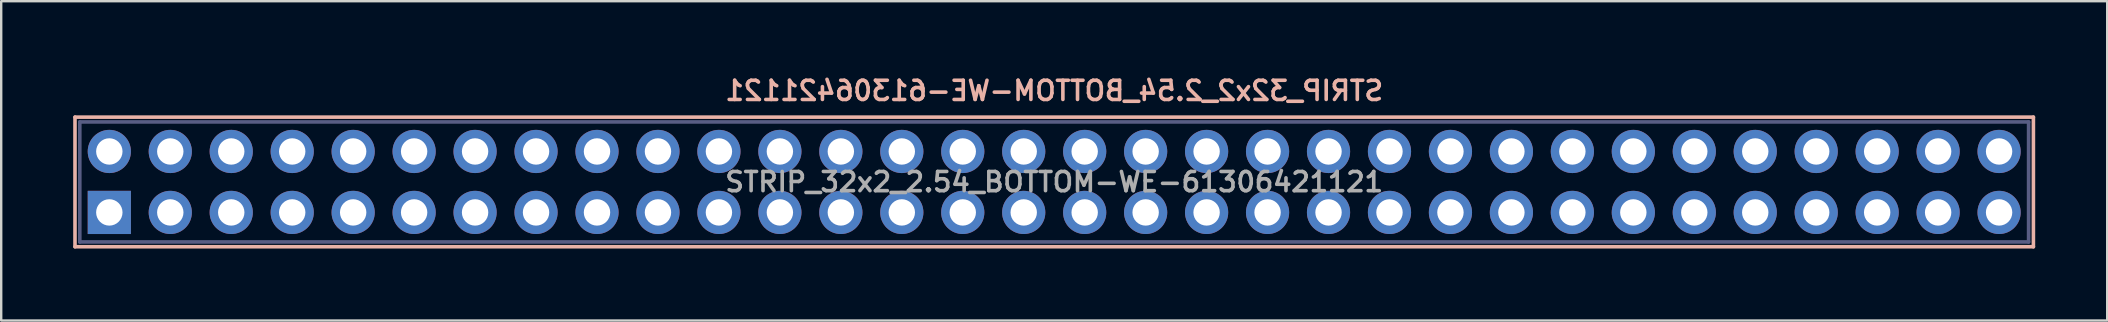
<source format=kicad_pcb>
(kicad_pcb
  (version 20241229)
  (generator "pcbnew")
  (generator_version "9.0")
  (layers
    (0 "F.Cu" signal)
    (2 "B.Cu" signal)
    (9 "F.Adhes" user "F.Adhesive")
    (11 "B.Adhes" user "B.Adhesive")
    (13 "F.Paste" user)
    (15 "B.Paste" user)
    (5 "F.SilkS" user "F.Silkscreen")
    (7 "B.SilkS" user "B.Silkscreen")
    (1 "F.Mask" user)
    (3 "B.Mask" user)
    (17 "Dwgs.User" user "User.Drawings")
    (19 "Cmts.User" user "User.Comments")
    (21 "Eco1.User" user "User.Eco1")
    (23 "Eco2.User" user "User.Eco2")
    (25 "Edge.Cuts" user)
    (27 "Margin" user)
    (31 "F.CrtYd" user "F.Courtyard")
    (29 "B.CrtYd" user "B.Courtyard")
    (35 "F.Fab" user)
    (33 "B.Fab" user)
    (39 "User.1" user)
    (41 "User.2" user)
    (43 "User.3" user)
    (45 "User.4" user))
  (footprint "STRIP_32x2_2.54_BOTTOM-WE-61306421121"
    (layer "F.Cu")
    (at 40.875 4.531)
    (property "Reference" "STRIP_32x2_2.54_BOTTOM-WE-61306421121" (at 0 -3.8 0) (layer "B.SilkS") (effects (font (size 0.8 0.8) (thickness 0.15)) (justify mirror)))
    (attr through_hole)
    (fp_line (start -40.8 -2.7) (end 40.8 -2.7) (stroke (width 0.15) (type solid)) (layer "B.SilkS"))
    (fp_line (start -40.8 2.7) (end -40.8 -2.7) (stroke (width 0.15) (type solid)) (layer "B.SilkS"))
    (fp_line (start 40.8 -2.7) (end 40.8 2.7) (stroke (width 0.15) (type solid)) (layer "B.SilkS"))
    (fp_line (start 40.8 2.7) (end -40.8 2.7) (stroke (width 0.15) (type solid)) (layer "B.SilkS"))
    (fp_line (start -40.6 -2.5) (end -40.6 2.5) (stroke (width 0.15) (type solid)) (layer "B.Fab"))
    (fp_line (start -40.6 2.5) (end 40.6 2.5) (stroke (width 0.15) (type solid)) (layer "B.Fab"))
    (fp_line (start 40.6 -2.5) (end -40.6 -2.5) (stroke (width 0.15) (type solid)) (layer "B.Fab"))
    (fp_line (start 40.6 2.5) (end 40.6 -2.5) (stroke (width 0.15) (type solid)) (layer "B.Fab"))
    (fp_line (start -39.67 -1.57) (end -39.07 -1.57) (stroke (width 0.15) (type solid)) (layer "F.Fab"))
    (fp_line (start -39.67 -0.97) (end -39.67 -1.57) (stroke (width 0.15) (type solid)) (layer "F.Fab"))
    (fp_line (start -39.67 0.97) (end -39.07 0.97) (stroke (width 0.15) (type solid)) (layer "F.Fab"))
    (fp_line (start -39.67 0.97) (end -39.07 0.97) (stroke (width 0.15) (type solid)) (layer "F.Fab"))
    (fp_line (start -39.67 1.57) (end -39.67 0.97) (stroke (width 0.15) (type solid)) (layer "F.Fab"))
    (fp_line (start -39.67 1.57) (end -39.67 0.97) (stroke (width 0.15) (type solid)) (layer "F.Fab"))
    (fp_line (start -39.07 -1.57) (end -39.07 -0.97) (stroke (width 0.15) (type solid)) (layer "F.Fab"))
    (fp_line (start -39.07 -0.97) (end -39.67 -0.97) (stroke (width 0.15) (type solid)) (layer "F.Fab"))
    (fp_line (start -39.07 0.97) (end -39.07 1.57) (stroke (width 0.15) (type solid)) (layer "F.Fab"))
    (fp_line (start -39.07 0.97) (end -39.07 1.57) (stroke (width 0.15) (type solid)) (layer "F.Fab"))
    (fp_line (start -39.07 1.57) (end -39.67 1.57) (stroke (width 0.15) (type solid)) (layer "F.Fab"))
    (fp_line (start -39.07 1.57) (end -39.67 1.57) (stroke (width 0.15) (type solid)) (layer "F.Fab"))
    (fp_line (start -37.13 -1.57) (end -36.53 -1.57) (stroke (width 0.15) (type solid)) (layer "F.Fab"))
    (fp_line (start -37.13 -0.97) (end -37.13 -1.57) (stroke (width 0.15) (type solid)) (layer "F.Fab"))
    (fp_line (start -37.13 0.97) (end -36.53 0.97) (stroke (width 0.15) (type solid)) (layer "F.Fab"))
    (fp_line (start -37.13 0.97) (end -36.53 0.97) (stroke (width 0.15) (type solid)) (layer "F.Fab"))
    (fp_line (start -37.13 1.57) (end -37.13 0.97) (stroke (width 0.15) (type solid)) (layer "F.Fab"))
    (fp_line (start -37.13 1.57) (end -37.13 0.97) (stroke (width 0.15) (type solid)) (layer "F.Fab"))
    (fp_line (start -36.53 -1.57) (end -36.53 -0.97) (stroke (width 0.15) (type solid)) (layer "F.Fab"))
    (fp_line (start -36.53 -0.97) (end -37.13 -0.97) (stroke (width 0.15) (type solid)) (layer "F.Fab"))
    (fp_line (start -36.53 0.97) (end -36.53 1.57) (stroke (width 0.15) (type solid)) (layer "F.Fab"))
    (fp_line (start -36.53 0.97) (end -36.53 1.57) (stroke (width 0.15) (type solid)) (layer "F.Fab"))
    (fp_line (start -36.53 1.57) (end -37.13 1.57) (stroke (width 0.15) (type solid)) (layer "F.Fab"))
    (fp_line (start -36.53 1.57) (end -37.13 1.57) (stroke (width 0.15) (type solid)) (layer "F.Fab"))
    (fp_line (start -34.59 -1.57) (end -33.99 -1.57) (stroke (width 0.15) (type solid)) (layer "F.Fab"))
    (fp_line (start -34.59 -0.97) (end -34.59 -1.57) (stroke (width 0.15) (type solid)) (layer "F.Fab"))
    (fp_line (start -34.59 0.97) (end -33.99 0.97) (stroke (width 0.15) (type solid)) (layer "F.Fab"))
    (fp_line (start -34.59 0.97) (end -33.99 0.97) (stroke (width 0.15) (type solid)) (layer "F.Fab"))
    (fp_line (start -34.59 1.57) (end -34.59 0.97) (stroke (width 0.15) (type solid)) (layer "F.Fab"))
    (fp_line (start -34.59 1.57) (end -34.59 0.97) (stroke (width 0.15) (type solid)) (layer "F.Fab"))
    (fp_line (start -33.99 -1.57) (end -33.99 -0.97) (stroke (width 0.15) (type solid)) (layer "F.Fab"))
    (fp_line (start -33.99 -0.97) (end -34.59 -0.97) (stroke (width 0.15) (type solid)) (layer "F.Fab"))
    (fp_line (start -33.99 0.97) (end -33.99 1.57) (stroke (width 0.15) (type solid)) (layer "F.Fab"))
    (fp_line (start -33.99 0.97) (end -33.99 1.57) (stroke (width 0.15) (type solid)) (layer "F.Fab"))
    (fp_line (start -33.99 1.57) (end -34.59 1.57) (stroke (width 0.15) (type solid)) (layer "F.Fab"))
    (fp_line (start -33.99 1.57) (end -34.59 1.57) (stroke (width 0.15) (type solid)) (layer "F.Fab"))
    (fp_line (start -32.05 -1.57) (end -31.45 -1.57) (stroke (width 0.15) (type solid)) (layer "F.Fab"))
    (fp_line (start -32.05 -1.57) (end -31.45 -1.57) (stroke (width 0.15) (type solid)) (layer "F.Fab"))
    (fp_line (start -32.05 -0.97) (end -32.05 -1.57) (stroke (width 0.15) (type solid)) (layer "F.Fab"))
    (fp_line (start -32.05 -0.97) (end -32.05 -1.57) (stroke (width 0.15) (type solid)) (layer "F.Fab"))
    (fp_line (start -32.05 0.97) (end -31.45 0.97) (stroke (width 0.15) (type solid)) (layer "F.Fab"))
    (fp_line (start -32.05 0.97) (end -31.45 0.97) (stroke (width 0.15) (type solid)) (layer "F.Fab"))
    (fp_line (start -32.05 1.57) (end -32.05 0.97) (stroke (width 0.15) (type solid)) (layer "F.Fab"))
    (fp_line (start -32.05 1.57) (end -32.05 0.97) (stroke (width 0.15) (type solid)) (layer "F.Fab"))
    (fp_line (start -31.45 -1.57) (end -31.45 -0.97) (stroke (width 0.15) (type solid)) (layer "F.Fab"))
    (fp_line (start -31.45 -1.57) (end -31.45 -0.97) (stroke (width 0.15) (type solid)) (layer "F.Fab"))
    (fp_line (start -31.45 -0.97) (end -32.05 -0.97) (stroke (width 0.15) (type solid)) (layer "F.Fab"))
    (fp_line (start -31.45 -0.97) (end -32.05 -0.97) (stroke (width 0.15) (type solid)) (layer "F.Fab"))
    (fp_line (start -31.45 0.97) (end -31.45 1.57) (stroke (width 0.15) (type solid)) (layer "F.Fab"))
    (fp_line (start -31.45 0.97) (end -31.45 1.57) (stroke (width 0.15) (type solid)) (layer "F.Fab"))
    (fp_line (start -31.45 1.57) (end -32.05 1.57) (stroke (width 0.15) (type solid)) (layer "F.Fab"))
    (fp_line (start -31.45 1.57) (end -32.05 1.57) (stroke (width 0.15) (type solid)) (layer "F.Fab"))
    (fp_line (start -29.51 -1.57) (end -28.91 -1.57) (stroke (width 0.15) (type solid)) (layer "F.Fab"))
    (fp_line (start -29.51 -1.57) (end -28.91 -1.57) (stroke (width 0.15) (type solid)) (layer "F.Fab"))
    (fp_line (start -29.51 -0.97) (end -29.51 -1.57) (stroke (width 0.15) (type solid)) (layer "F.Fab"))
    (fp_line (start -29.51 -0.97) (end -29.51 -1.57) (stroke (width 0.15) (type solid)) (layer "F.Fab"))
    (fp_line (start -29.51 0.97) (end -28.91 0.97) (stroke (width 0.15) (type solid)) (layer "F.Fab"))
    (fp_line (start -29.51 0.97) (end -28.91 0.97) (stroke (width 0.15) (type solid)) (layer "F.Fab"))
    (fp_line (start -29.51 1.57) (end -29.51 0.97) (stroke (width 0.15) (type solid)) (layer "F.Fab"))
    (fp_line (start -29.51 1.57) (end -29.51 0.97) (stroke (width 0.15) (type solid)) (layer "F.Fab"))
    (fp_line (start -28.91 -1.57) (end -28.91 -0.97) (stroke (width 0.15) (type solid)) (layer "F.Fab"))
    (fp_line (start -28.91 -1.57) (end -28.91 -0.97) (stroke (width 0.15) (type solid)) (layer "F.Fab"))
    (fp_line (start -28.91 -0.97) (end -29.51 -0.97) (stroke (width 0.15) (type solid)) (layer "F.Fab"))
    (fp_line (start -28.91 -0.97) (end -29.51 -0.97) (stroke (width 0.15) (type solid)) (layer "F.Fab"))
    (fp_line (start -28.91 0.97) (end -28.91 1.57) (stroke (width 0.15) (type solid)) (layer "F.Fab"))
    (fp_line (start -28.91 0.97) (end -28.91 1.57) (stroke (width 0.15) (type solid)) (layer "F.Fab"))
    (fp_line (start -28.91 1.57) (end -29.51 1.57) (stroke (width 0.15) (type solid)) (layer "F.Fab"))
    (fp_line (start -28.91 1.57) (end -29.51 1.57) (stroke (width 0.15) (type solid)) (layer "F.Fab"))
    (fp_line (start -26.97 -1.57) (end -26.37 -1.57) (stroke (width 0.15) (type solid)) (layer "F.Fab"))
    (fp_line (start -26.97 -1.57) (end -26.37 -1.57) (stroke (width 0.15) (type solid)) (layer "F.Fab"))
    (fp_line (start -26.97 -0.97) (end -26.97 -1.57) (stroke (width 0.15) (type solid)) (layer "F.Fab"))
    (fp_line (start -26.97 -0.97) (end -26.97 -1.57) (stroke (width 0.15) (type solid)) (layer "F.Fab"))
    (fp_line (start -26.97 0.97) (end -26.37 0.97) (stroke (width 0.15) (type solid)) (layer "F.Fab"))
    (fp_line (start -26.97 0.97) (end -26.37 0.97) (stroke (width 0.15) (type solid)) (layer "F.Fab"))
    (fp_line (start -26.97 1.57) (end -26.97 0.97) (stroke (width 0.15) (type solid)) (layer "F.Fab"))
    (fp_line (start -26.97 1.57) (end -26.97 0.97) (stroke (width 0.15) (type solid)) (layer "F.Fab"))
    (fp_line (start -26.37 -1.57) (end -26.37 -0.97) (stroke (width 0.15) (type solid)) (layer "F.Fab"))
    (fp_line (start -26.37 -1.57) (end -26.37 -0.97) (stroke (width 0.15) (type solid)) (layer "F.Fab"))
    (fp_line (start -26.37 -0.97) (end -26.97 -0.97) (stroke (width 0.15) (type solid)) (layer "F.Fab"))
    (fp_line (start -26.37 -0.97) (end -26.97 -0.97) (stroke (width 0.15) (type solid)) (layer "F.Fab"))
    (fp_line (start -26.37 0.97) (end -26.37 1.57) (stroke (width 0.15) (type solid)) (layer "F.Fab"))
    (fp_line (start -26.37 0.97) (end -26.37 1.57) (stroke (width 0.15) (type solid)) (layer "F.Fab"))
    (fp_line (start -26.37 1.57) (end -26.97 1.57) (stroke (width 0.15) (type solid)) (layer "F.Fab"))
    (fp_line (start -26.37 1.57) (end -26.97 1.57) (stroke (width 0.15) (type solid)) (layer "F.Fab"))
    (fp_line (start -24.43 -1.57) (end -23.83 -1.57) (stroke (width 0.15) (type solid)) (layer "F.Fab"))
    (fp_line (start -24.43 -0.97) (end -24.43 -1.57) (stroke (width 0.15) (type solid)) (layer "F.Fab"))
    (fp_line (start -24.43 0.97) (end -23.83 0.97) (stroke (width 0.15) (type solid)) (layer "F.Fab"))
    (fp_line (start -24.43 1.57) (end -24.43 0.97) (stroke (width 0.15) (type solid)) (layer "F.Fab"))
    (fp_line (start -23.83 -1.57) (end -23.83 -0.97) (stroke (width 0.15) (type solid)) (layer "F.Fab"))
    (fp_line (start -23.83 -0.97) (end -24.43 -0.97) (stroke (width 0.15) (type solid)) (layer "F.Fab"))
    (fp_line (start -23.83 0.97) (end -23.83 1.57) (stroke (width 0.15) (type solid)) (layer "F.Fab"))
    (fp_line (start -23.83 1.57) (end -24.43 1.57) (stroke (width 0.15) (type solid)) (layer "F.Fab"))
    (fp_line (start -21.89 -1.57) (end -21.29 -1.57) (stroke (width 0.15) (type solid)) (layer "F.Fab"))
    (fp_line (start -21.89 -0.97) (end -21.89 -1.57) (stroke (width 0.15) (type solid)) (layer "F.Fab"))
    (fp_line (start -21.89 0.97) (end -21.29 0.97) (stroke (width 0.15) (type solid)) (layer "F.Fab"))
    (fp_line (start -21.89 1.57) (end -21.89 0.97) (stroke (width 0.15) (type solid)) (layer "F.Fab"))
    (fp_line (start -21.29 -1.57) (end -21.29 -0.97) (stroke (width 0.15) (type solid)) (layer "F.Fab"))
    (fp_line (start -21.29 -0.97) (end -21.89 -0.97) (stroke (width 0.15) (type solid)) (layer "F.Fab"))
    (fp_line (start -21.29 0.97) (end -21.29 1.57) (stroke (width 0.15) (type solid)) (layer "F.Fab"))
    (fp_line (start -21.29 1.57) (end -21.89 1.57) (stroke (width 0.15) (type solid)) (layer "F.Fab"))
    (fp_line (start -19.35 -1.57) (end -18.75 -1.57) (stroke (width 0.15) (type solid)) (layer "F.Fab"))
    (fp_line (start -19.35 -0.97) (end -19.35 -1.57) (stroke (width 0.15) (type solid)) (layer "F.Fab"))
    (fp_line (start -19.35 0.97) (end -18.75 0.97) (stroke (width 0.15) (type solid)) (layer "F.Fab"))
    (fp_line (start -19.35 1.57) (end -19.35 0.97) (stroke (width 0.15) (type solid)) (layer "F.Fab"))
    (fp_line (start -18.75 -1.57) (end -18.75 -0.97) (stroke (width 0.15) (type solid)) (layer "F.Fab"))
    (fp_line (start -18.75 -0.97) (end -19.35 -0.97) (stroke (width 0.15) (type solid)) (layer "F.Fab"))
    (fp_line (start -18.75 0.97) (end -18.75 1.57) (stroke (width 0.15) (type solid)) (layer "F.Fab"))
    (fp_line (start -18.75 1.57) (end -19.35 1.57) (stroke (width 0.15) (type solid)) (layer "F.Fab"))
    (fp_line (start -16.81 -1.57) (end -16.21 -1.57) (stroke (width 0.15) (type solid)) (layer "F.Fab"))
    (fp_line (start -16.81 -0.97) (end -16.81 -1.57) (stroke (width 0.15) (type solid)) (layer "F.Fab"))
    (fp_line (start -16.81 0.97) (end -16.21 0.97) (stroke (width 0.15) (type solid)) (layer "F.Fab"))
    (fp_line (start -16.81 1.57) (end -16.81 0.97) (stroke (width 0.15) (type solid)) (layer "F.Fab"))
    (fp_line (start -16.21 -1.57) (end -16.21 -0.97) (stroke (width 0.15) (type solid)) (layer "F.Fab"))
    (fp_line (start -16.21 -0.97) (end -16.81 -0.97) (stroke (width 0.15) (type solid)) (layer "F.Fab"))
    (fp_line (start -16.21 0.97) (end -16.21 1.57) (stroke (width 0.15) (type solid)) (layer "F.Fab"))
    (fp_line (start -16.21 1.57) (end -16.81 1.57) (stroke (width 0.15) (type solid)) (layer "F.Fab"))
    (fp_line (start -14.27 -1.57) (end -13.67 -1.57) (stroke (width 0.15) (type solid)) (layer "F.Fab"))
    (fp_line (start -14.27 -0.97) (end -14.27 -1.57) (stroke (width 0.15) (type solid)) (layer "F.Fab"))
    (fp_line (start -14.27 0.97) (end -13.67 0.97) (stroke (width 0.15) (type solid)) (layer "F.Fab"))
    (fp_line (start -14.27 1.57) (end -14.27 0.97) (stroke (width 0.15) (type solid)) (layer "F.Fab"))
    (fp_line (start -13.67 -1.57) (end -13.67 -0.97) (stroke (width 0.15) (type solid)) (layer "F.Fab"))
    (fp_line (start -13.67 -0.97) (end -14.27 -0.97) (stroke (width 0.15) (type solid)) (layer "F.Fab"))
    (fp_line (start -13.67 0.97) (end -13.67 1.57) (stroke (width 0.15) (type solid)) (layer "F.Fab"))
    (fp_line (start -13.67 1.57) (end -14.27 1.57) (stroke (width 0.15) (type solid)) (layer "F.Fab"))
    (fp_line (start -11.73 -1.57) (end -11.13 -1.57) (stroke (width 0.15) (type solid)) (layer "F.Fab"))
    (fp_line (start -11.73 -0.97) (end -11.73 -1.57) (stroke (width 0.15) (type solid)) (layer "F.Fab"))
    (fp_line (start -11.73 0.97) (end -11.13 0.97) (stroke (width 0.15) (type solid)) (layer "F.Fab"))
    (fp_line (start -11.73 1.57) (end -11.73 0.97) (stroke (width 0.15) (type solid)) (layer "F.Fab"))
    (fp_line (start -11.13 -1.57) (end -11.13 -0.97) (stroke (width 0.15) (type solid)) (layer "F.Fab"))
    (fp_line (start -11.13 -0.97) (end -11.73 -0.97) (stroke (width 0.15) (type solid)) (layer "F.Fab"))
    (fp_line (start -11.13 0.97) (end -11.13 1.57) (stroke (width 0.15) (type solid)) (layer "F.Fab"))
    (fp_line (start -11.13 1.57) (end -11.73 1.57) (stroke (width 0.15) (type solid)) (layer "F.Fab"))
    (fp_line (start -9.19 -1.57) (end -8.59 -1.57) (stroke (width 0.15) (type solid)) (layer "F.Fab"))
    (fp_line (start -9.19 -0.97) (end -9.19 -1.57) (stroke (width 0.15) (type solid)) (layer "F.Fab"))
    (fp_line (start -9.19 0.97) (end -8.59 0.97) (stroke (width 0.15) (type solid)) (layer "F.Fab"))
    (fp_line (start -9.19 1.57) (end -9.19 0.97) (stroke (width 0.15) (type solid)) (layer "F.Fab"))
    (fp_line (start -8.59 -1.57) (end -8.59 -0.97) (stroke (width 0.15) (type solid)) (layer "F.Fab"))
    (fp_line (start -8.59 -0.97) (end -9.19 -0.97) (stroke (width 0.15) (type solid)) (layer "F.Fab"))
    (fp_line (start -8.59 0.97) (end -8.59 1.57) (stroke (width 0.15) (type solid)) (layer "F.Fab"))
    (fp_line (start -8.59 1.57) (end -9.19 1.57) (stroke (width 0.15) (type solid)) (layer "F.Fab"))
    (fp_line (start -6.65 -1.57) (end -6.05 -1.57) (stroke (width 0.15) (type solid)) (layer "F.Fab"))
    (fp_line (start -6.65 -0.97) (end -6.65 -1.57) (stroke (width 0.15) (type solid)) (layer "F.Fab"))
    (fp_line (start -6.65 0.97) (end -6.05 0.97) (stroke (width 0.15) (type solid)) (layer "F.Fab"))
    (fp_line (start -6.65 1.57) (end -6.65 0.97) (stroke (width 0.15) (type solid)) (layer "F.Fab"))
    (fp_line (start -6.05 -1.57) (end -6.05 -0.97) (stroke (width 0.15) (type solid)) (layer "F.Fab"))
    (fp_line (start -6.05 -0.97) (end -6.65 -0.97) (stroke (width 0.15) (type solid)) (layer "F.Fab"))
    (fp_line (start -6.05 0.97) (end -6.05 1.57) (stroke (width 0.15) (type solid)) (layer "F.Fab"))
    (fp_line (start -6.05 1.57) (end -6.65 1.57) (stroke (width 0.15) (type solid)) (layer "F.Fab"))
    (fp_line (start -4.11 -1.57) (end -3.51 -1.57) (stroke (width 0.15) (type solid)) (layer "F.Fab"))
    (fp_line (start -4.11 -0.97) (end -4.11 -1.57) (stroke (width 0.15) (type solid)) (layer "F.Fab"))
    (fp_line (start -4.11 0.97) (end -3.51 0.97) (stroke (width 0.15) (type solid)) (layer "F.Fab"))
    (fp_line (start -4.11 1.57) (end -4.11 0.97) (stroke (width 0.15) (type solid)) (layer "F.Fab"))
    (fp_line (start -3.51 -1.57) (end -3.51 -0.97) (stroke (width 0.15) (type solid)) (layer "F.Fab"))
    (fp_line (start -3.51 -0.97) (end -4.11 -0.97) (stroke (width 0.15) (type solid)) (layer "F.Fab"))
    (fp_line (start -3.51 0.97) (end -3.51 1.57) (stroke (width 0.15) (type solid)) (layer "F.Fab"))
    (fp_line (start -3.51 1.57) (end -4.11 1.57) (stroke (width 0.15) (type solid)) (layer "F.Fab"))
    (fp_line (start -1.57 -1.57) (end -0.97 -1.57) (stroke (width 0.15) (type solid)) (layer "F.Fab"))
    (fp_line (start -1.57 -0.97) (end -1.57 -1.57) (stroke (width 0.15) (type solid)) (layer "F.Fab"))
    (fp_line (start -1.57 0.97) (end -0.97 0.97) (stroke (width 0.15) (type solid)) (layer "F.Fab"))
    (fp_line (start -1.57 1.57) (end -1.57 0.97) (stroke (width 0.15) (type solid)) (layer "F.Fab"))
    (fp_line (start -0.97 -1.57) (end -0.97 -0.97) (stroke (width 0.15) (type solid)) (layer "F.Fab"))
    (fp_line (start -0.97 -0.97) (end -1.57 -0.97) (stroke (width 0.15) (type solid)) (layer "F.Fab"))
    (fp_line (start -0.97 0.97) (end -0.97 1.57) (stroke (width 0.15) (type solid)) (layer "F.Fab"))
    (fp_line (start -0.97 1.57) (end -1.57 1.57) (stroke (width 0.15) (type solid)) (layer "F.Fab"))
    (fp_line (start 0.97 -1.57) (end 1.57 -1.57) (stroke (width 0.15) (type solid)) (layer "F.Fab"))
    (fp_line (start 0.97 -0.97) (end 0.97 -1.57) (stroke (width 0.15) (type solid)) (layer "F.Fab"))
    (fp_line (start 0.97 0.97) (end 1.57 0.97) (stroke (width 0.15) (type solid)) (layer "F.Fab"))
    (fp_line (start 0.97 1.57) (end 0.97 0.97) (stroke (width 0.15) (type solid)) (layer "F.Fab"))
    (fp_line (start 1.57 -1.57) (end 1.57 -0.97) (stroke (width 0.15) (type solid)) (layer "F.Fab"))
    (fp_line (start 1.57 -0.97) (end 0.97 -0.97) (stroke (width 0.15) (type solid)) (layer "F.Fab"))
    (fp_line (start 1.57 0.97) (end 1.57 1.57) (stroke (width 0.15) (type solid)) (layer "F.Fab"))
    (fp_line (start 1.57 1.57) (end 0.97 1.57) (stroke (width 0.15) (type solid)) (layer "F.Fab"))
    (fp_line (start 3.51 -1.57) (end 4.11 -1.57) (stroke (width 0.15) (type solid)) (layer "F.Fab"))
    (fp_line (start 3.51 -0.97) (end 3.51 -1.57) (stroke (width 0.15) (type solid)) (layer "F.Fab"))
    (fp_line (start 3.51 0.97) (end 4.11 0.97) (stroke (width 0.15) (type solid)) (layer "F.Fab"))
    (fp_line (start 3.51 1.57) (end 3.51 0.97) (stroke (width 0.15) (type solid)) (layer "F.Fab"))
    (fp_line (start 4.11 -1.57) (end 4.11 -0.97) (stroke (width 0.15) (type solid)) (layer "F.Fab"))
    (fp_line (start 4.11 -0.97) (end 3.51 -0.97) (stroke (width 0.15) (type solid)) (layer "F.Fab"))
    (fp_line (start 4.11 0.97) (end 4.11 1.57) (stroke (width 0.15) (type solid)) (layer "F.Fab"))
    (fp_line (start 4.11 1.57) (end 3.51 1.57) (stroke (width 0.15) (type solid)) (layer "F.Fab"))
    (fp_line (start 6.05 -1.57) (end 6.65 -1.57) (stroke (width 0.15) (type solid)) (layer "F.Fab"))
    (fp_line (start 6.05 -0.97) (end 6.05 -1.57) (stroke (width 0.15) (type solid)) (layer "F.Fab"))
    (fp_line (start 6.05 0.97) (end 6.65 0.97) (stroke (width 0.15) (type solid)) (layer "F.Fab"))
    (fp_line (start 6.05 1.57) (end 6.05 0.97) (stroke (width 0.15) (type solid)) (layer "F.Fab"))
    (fp_line (start 6.65 -1.57) (end 6.65 -0.97) (stroke (width 0.15) (type solid)) (layer "F.Fab"))
    (fp_line (start 6.65 -0.97) (end 6.05 -0.97) (stroke (width 0.15) (type solid)) (layer "F.Fab"))
    (fp_line (start 6.65 0.97) (end 6.65 1.57) (stroke (width 0.15) (type solid)) (layer "F.Fab"))
    (fp_line (start 6.65 1.57) (end 6.05 1.57) (stroke (width 0.15) (type solid)) (layer "F.Fab"))
    (fp_line (start 8.59 -1.57) (end 9.19 -1.57) (stroke (width 0.15) (type solid)) (layer "F.Fab"))
    (fp_line (start 8.59 -0.97) (end 8.59 -1.57) (stroke (width 0.15) (type solid)) (layer "F.Fab"))
    (fp_line (start 8.59 0.97) (end 9.19 0.97) (stroke (width 0.15) (type solid)) (layer "F.Fab"))
    (fp_line (start 8.59 1.57) (end 8.59 0.97) (stroke (width 0.15) (type solid)) (layer "F.Fab"))
    (fp_line (start 9.19 -1.57) (end 9.19 -0.97) (stroke (width 0.15) (type solid)) (layer "F.Fab"))
    (fp_line (start 9.19 -0.97) (end 8.59 -0.97) (stroke (width 0.15) (type solid)) (layer "F.Fab"))
    (fp_line (start 9.19 0.97) (end 9.19 1.57) (stroke (width 0.15) (type solid)) (layer "F.Fab"))
    (fp_line (start 9.19 1.57) (end 8.59 1.57) (stroke (width 0.15) (type solid)) (layer "F.Fab"))
    (fp_line (start 11.13 -1.57) (end 11.73 -1.57) (stroke (width 0.15) (type solid)) (layer "F.Fab"))
    (fp_line (start 11.13 -0.97) (end 11.13 -1.57) (stroke (width 0.15) (type solid)) (layer "F.Fab"))
    (fp_line (start 11.13 0.97) (end 11.73 0.97) (stroke (width 0.15) (type solid)) (layer "F.Fab"))
    (fp_line (start 11.13 1.57) (end 11.13 0.97) (stroke (width 0.15) (type solid)) (layer "F.Fab"))
    (fp_line (start 11.73 -1.57) (end 11.73 -0.97) (stroke (width 0.15) (type solid)) (layer "F.Fab"))
    (fp_line (start 11.73 -0.97) (end 11.13 -0.97) (stroke (width 0.15) (type solid)) (layer "F.Fab"))
    (fp_line (start 11.73 0.97) (end 11.73 1.57) (stroke (width 0.15) (type solid)) (layer "F.Fab"))
    (fp_line (start 11.73 1.57) (end 11.13 1.57) (stroke (width 0.15) (type solid)) (layer "F.Fab"))
    (fp_line (start 13.67 -1.57) (end 14.27 -1.57) (stroke (width 0.15) (type solid)) (layer "F.Fab"))
    (fp_line (start 13.67 -0.97) (end 13.67 -1.57) (stroke (width 0.15) (type solid)) (layer "F.Fab"))
    (fp_line (start 13.67 0.97) (end 14.27 0.97) (stroke (width 0.15) (type solid)) (layer "F.Fab"))
    (fp_line (start 13.67 1.57) (end 13.67 0.97) (stroke (width 0.15) (type solid)) (layer "F.Fab"))
    (fp_line (start 14.27 -1.57) (end 14.27 -0.97) (stroke (width 0.15) (type solid)) (layer "F.Fab"))
    (fp_line (start 14.27 -0.97) (end 13.67 -0.97) (stroke (width 0.15) (type solid)) (layer "F.Fab"))
    (fp_line (start 14.27 0.97) (end 14.27 1.57) (stroke (width 0.15) (type solid)) (layer "F.Fab"))
    (fp_line (start 14.27 1.57) (end 13.67 1.57) (stroke (width 0.15) (type solid)) (layer "F.Fab"))
    (fp_line (start 16.21 -1.57) (end 16.81 -1.57) (stroke (width 0.15) (type solid)) (layer "F.Fab"))
    (fp_line (start 16.21 -0.97) (end 16.21 -1.57) (stroke (width 0.15) (type solid)) (layer "F.Fab"))
    (fp_line (start 16.21 0.97) (end 16.81 0.97) (stroke (width 0.15) (type solid)) (layer "F.Fab"))
    (fp_line (start 16.21 1.57) (end 16.21 0.97) (stroke (width 0.15) (type solid)) (layer "F.Fab"))
    (fp_line (start 16.81 -1.57) (end 16.81 -0.97) (stroke (width 0.15) (type solid)) (layer "F.Fab"))
    (fp_line (start 16.81 -0.97) (end 16.21 -0.97) (stroke (width 0.15) (type solid)) (layer "F.Fab"))
    (fp_line (start 16.81 0.97) (end 16.81 1.57) (stroke (width 0.15) (type solid)) (layer "F.Fab"))
    (fp_line (start 16.81 1.57) (end 16.21 1.57) (stroke (width 0.15) (type solid)) (layer "F.Fab"))
    (fp_line (start 18.75 -1.57) (end 19.35 -1.57) (stroke (width 0.15) (type solid)) (layer "F.Fab"))
    (fp_line (start 18.75 -0.97) (end 18.75 -1.57) (stroke (width 0.15) (type solid)) (layer "F.Fab"))
    (fp_line (start 18.75 0.97) (end 19.35 0.97) (stroke (width 0.15) (type solid)) (layer "F.Fab"))
    (fp_line (start 18.75 1.57) (end 18.75 0.97) (stroke (width 0.15) (type solid)) (layer "F.Fab"))
    (fp_line (start 19.35 -1.57) (end 19.35 -0.97) (stroke (width 0.15) (type solid)) (layer "F.Fab"))
    (fp_line (start 19.35 -0.97) (end 18.75 -0.97) (stroke (width 0.15) (type solid)) (layer "F.Fab"))
    (fp_line (start 19.35 0.97) (end 19.35 1.57) (stroke (width 0.15) (type solid)) (layer "F.Fab"))
    (fp_line (start 19.35 1.57) (end 18.75 1.57) (stroke (width 0.15) (type solid)) (layer "F.Fab"))
    (fp_line (start 21.29 -1.57) (end 21.89 -1.57) (stroke (width 0.15) (type solid)) (layer "F.Fab"))
    (fp_line (start 21.29 -0.97) (end 21.29 -1.57) (stroke (width 0.15) (type solid)) (layer "F.Fab"))
    (fp_line (start 21.29 0.97) (end 21.89 0.97) (stroke (width 0.15) (type solid)) (layer "F.Fab"))
    (fp_line (start 21.29 1.57) (end 21.29 0.97) (stroke (width 0.15) (type solid)) (layer "F.Fab"))
    (fp_line (start 21.89 -1.57) (end 21.89 -0.97) (stroke (width 0.15) (type solid)) (layer "F.Fab"))
    (fp_line (start 21.89 -0.97) (end 21.29 -0.97) (stroke (width 0.15) (type solid)) (layer "F.Fab"))
    (fp_line (start 21.89 0.97) (end 21.89 1.57) (stroke (width 0.15) (type solid)) (layer "F.Fab"))
    (fp_line (start 21.89 1.57) (end 21.29 1.57) (stroke (width 0.15) (type solid)) (layer "F.Fab"))
    (fp_line (start 23.83 -1.57) (end 24.43 -1.57) (stroke (width 0.15) (type solid)) (layer "F.Fab"))
    (fp_line (start 23.83 -0.97) (end 23.83 -1.57) (stroke (width 0.15) (type solid)) (layer "F.Fab"))
    (fp_line (start 23.83 0.97) (end 24.43 0.97) (stroke (width 0.15) (type solid)) (layer "F.Fab"))
    (fp_line (start 23.83 1.57) (end 23.83 0.97) (stroke (width 0.15) (type solid)) (layer "F.Fab"))
    (fp_line (start 24.43 -1.57) (end 24.43 -0.97) (stroke (width 0.15) (type solid)) (layer "F.Fab"))
    (fp_line (start 24.43 -0.97) (end 23.83 -0.97) (stroke (width 0.15) (type solid)) (layer "F.Fab"))
    (fp_line (start 24.43 0.97) (end 24.43 1.57) (stroke (width 0.15) (type solid)) (layer "F.Fab"))
    (fp_line (start 24.43 1.57) (end 23.83 1.57) (stroke (width 0.15) (type solid)) (layer "F.Fab"))
    (fp_line (start 26.37 -1.57) (end 26.97 -1.57) (stroke (width 0.15) (type solid)) (layer "F.Fab"))
    (fp_line (start 26.37 -1.57) (end 26.97 -1.57) (stroke (width 0.15) (type solid)) (layer "F.Fab"))
    (fp_line (start 26.37 -0.97) (end 26.37 -1.57) (stroke (width 0.15) (type solid)) (layer "F.Fab"))
    (fp_line (start 26.37 -0.97) (end 26.37 -1.57) (stroke (width 0.15) (type solid)) (layer "F.Fab"))
    (fp_line (start 26.37 0.97) (end 26.97 0.97) (stroke (width 0.15) (type solid)) (layer "F.Fab"))
    (fp_line (start 26.37 0.97) (end 26.97 0.97) (stroke (width 0.15) (type solid)) (layer "F.Fab"))
    (fp_line (start 26.37 1.57) (end 26.37 0.97) (stroke (width 0.15) (type solid)) (layer "F.Fab"))
    (fp_line (start 26.37 1.57) (end 26.37 0.97) (stroke (width 0.15) (type solid)) (layer "F.Fab"))
    (fp_line (start 26.97 -1.57) (end 26.97 -0.97) (stroke (width 0.15) (type solid)) (layer "F.Fab"))
    (fp_line (start 26.97 -1.57) (end 26.97 -0.97) (stroke (width 0.15) (type solid)) (layer "F.Fab"))
    (fp_line (start 26.97 -0.97) (end 26.37 -0.97) (stroke (width 0.15) (type solid)) (layer "F.Fab"))
    (fp_line (start 26.97 -0.97) (end 26.37 -0.97) (stroke (width 0.15) (type solid)) (layer "F.Fab"))
    (fp_line (start 26.97 0.97) (end 26.97 1.57) (stroke (width 0.15) (type solid)) (layer "F.Fab"))
    (fp_line (start 26.97 0.97) (end 26.97 1.57) (stroke (width 0.15) (type solid)) (layer "F.Fab"))
    (fp_line (start 26.97 1.57) (end 26.37 1.57) (stroke (width 0.15) (type solid)) (layer "F.Fab"))
    (fp_line (start 26.97 1.57) (end 26.37 1.57) (stroke (width 0.15) (type solid)) (layer "F.Fab"))
    (fp_line (start 28.91 -1.57) (end 29.51 -1.57) (stroke (width 0.15) (type solid)) (layer "F.Fab"))
    (fp_line (start 28.91 -1.57) (end 29.51 -1.57) (stroke (width 0.15) (type solid)) (layer "F.Fab"))
    (fp_line (start 28.91 -0.97) (end 28.91 -1.57) (stroke (width 0.15) (type solid)) (layer "F.Fab"))
    (fp_line (start 28.91 -0.97) (end 28.91 -1.57) (stroke (width 0.15) (type solid)) (layer "F.Fab"))
    (fp_line (start 28.91 0.97) (end 29.51 0.97) (stroke (width 0.15) (type solid)) (layer "F.Fab"))
    (fp_line (start 28.91 0.97) (end 29.51 0.97) (stroke (width 0.15) (type solid)) (layer "F.Fab"))
    (fp_line (start 28.91 1.57) (end 28.91 0.97) (stroke (width 0.15) (type solid)) (layer "F.Fab"))
    (fp_line (start 28.91 1.57) (end 28.91 0.97) (stroke (width 0.15) (type solid)) (layer "F.Fab"))
    (fp_line (start 29.51 -1.57) (end 29.51 -0.97) (stroke (width 0.15) (type solid)) (layer "F.Fab"))
    (fp_line (start 29.51 -1.57) (end 29.51 -0.97) (stroke (width 0.15) (type solid)) (layer "F.Fab"))
    (fp_line (start 29.51 -0.97) (end 28.91 -0.97) (stroke (width 0.15) (type solid)) (layer "F.Fab"))
    (fp_line (start 29.51 -0.97) (end 28.91 -0.97) (stroke (width 0.15) (type solid)) (layer "F.Fab"))
    (fp_line (start 29.51 0.97) (end 29.51 1.57) (stroke (width 0.15) (type solid)) (layer "F.Fab"))
    (fp_line (start 29.51 0.97) (end 29.51 1.57) (stroke (width 0.15) (type solid)) (layer "F.Fab"))
    (fp_line (start 29.51 1.57) (end 28.91 1.57) (stroke (width 0.15) (type solid)) (layer "F.Fab"))
    (fp_line (start 29.51 1.57) (end 28.91 1.57) (stroke (width 0.15) (type solid)) (layer "F.Fab"))
    (fp_line (start 31.45 -1.57) (end 32.05 -1.57) (stroke (width 0.15) (type solid)) (layer "F.Fab"))
    (fp_line (start 31.45 -1.57) (end 32.05 -1.57) (stroke (width 0.15) (type solid)) (layer "F.Fab"))
    (fp_line (start 31.45 -0.97) (end 31.45 -1.57) (stroke (width 0.15) (type solid)) (layer "F.Fab"))
    (fp_line (start 31.45 -0.97) (end 31.45 -1.57) (stroke (width 0.15) (type solid)) (layer "F.Fab"))
    (fp_line (start 31.45 0.97) (end 32.05 0.97) (stroke (width 0.15) (type solid)) (layer "F.Fab"))
    (fp_line (start 31.45 0.97) (end 32.05 0.97) (stroke (width 0.15) (type solid)) (layer "F.Fab"))
    (fp_line (start 31.45 1.57) (end 31.45 0.97) (stroke (width 0.15) (type solid)) (layer "F.Fab"))
    (fp_line (start 31.45 1.57) (end 31.45 0.97) (stroke (width 0.15) (type solid)) (layer "F.Fab"))
    (fp_line (start 32.05 -1.57) (end 32.05 -0.97) (stroke (width 0.15) (type solid)) (layer "F.Fab"))
    (fp_line (start 32.05 -1.57) (end 32.05 -0.97) (stroke (width 0.15) (type solid)) (layer "F.Fab"))
    (fp_line (start 32.05 -0.97) (end 31.45 -0.97) (stroke (width 0.15) (type solid)) (layer "F.Fab"))
    (fp_line (start 32.05 -0.97) (end 31.45 -0.97) (stroke (width 0.15) (type solid)) (layer "F.Fab"))
    (fp_line (start 32.05 0.97) (end 32.05 1.57) (stroke (width 0.15) (type solid)) (layer "F.Fab"))
    (fp_line (start 32.05 0.97) (end 32.05 1.57) (stroke (width 0.15) (type solid)) (layer "F.Fab"))
    (fp_line (start 32.05 1.57) (end 31.45 1.57) (stroke (width 0.15) (type solid)) (layer "F.Fab"))
    (fp_line (start 32.05 1.57) (end 31.45 1.57) (stroke (width 0.15) (type solid)) (layer "F.Fab"))
    (fp_line (start 33.99 -1.57) (end 34.59 -1.57) (stroke (width 0.15) (type solid)) (layer "F.Fab"))
    (fp_line (start 33.99 -1.57) (end 34.59 -1.57) (stroke (width 0.15) (type solid)) (layer "F.Fab"))
    (fp_line (start 33.99 -0.97) (end 33.99 -1.57) (stroke (width 0.15) (type solid)) (layer "F.Fab"))
    (fp_line (start 33.99 -0.97) (end 33.99 -1.57) (stroke (width 0.15) (type solid)) (layer "F.Fab"))
    (fp_line (start 33.99 0.97) (end 34.59 0.97) (stroke (width 0.15) (type solid)) (layer "F.Fab"))
    (fp_line (start 33.99 0.97) (end 34.59 0.97) (stroke (width 0.15) (type solid)) (layer "F.Fab"))
    (fp_line (start 33.99 1.57) (end 33.99 0.97) (stroke (width 0.15) (type solid)) (layer "F.Fab"))
    (fp_line (start 33.99 1.57) (end 33.99 0.97) (stroke (width 0.15) (type solid)) (layer "F.Fab"))
    (fp_line (start 34.59 -1.57) (end 34.59 -0.97) (stroke (width 0.15) (type solid)) (layer "F.Fab"))
    (fp_line (start 34.59 -1.57) (end 34.59 -0.97) (stroke (width 0.15) (type solid)) (layer "F.Fab"))
    (fp_line (start 34.59 -0.97) (end 33.99 -0.97) (stroke (width 0.15) (type solid)) (layer "F.Fab"))
    (fp_line (start 34.59 -0.97) (end 33.99 -0.97) (stroke (width 0.15) (type solid)) (layer "F.Fab"))
    (fp_line (start 34.59 0.97) (end 34.59 1.57) (stroke (width 0.15) (type solid)) (layer "F.Fab"))
    (fp_line (start 34.59 0.97) (end 34.59 1.57) (stroke (width 0.15) (type solid)) (layer "F.Fab"))
    (fp_line (start 34.59 1.57) (end 33.99 1.57) (stroke (width 0.15) (type solid)) (layer "F.Fab"))
    (fp_line (start 34.59 1.57) (end 33.99 1.57) (stroke (width 0.15) (type solid)) (layer "F.Fab"))
    (fp_line (start 36.53 -1.57) (end 37.13 -1.57) (stroke (width 0.15) (type solid)) (layer "F.Fab"))
    (fp_line (start 36.53 -1.57) (end 37.13 -1.57) (stroke (width 0.15) (type solid)) (layer "F.Fab"))
    (fp_line (start 36.53 -0.97) (end 36.53 -1.57) (stroke (width 0.15) (type solid)) (layer "F.Fab"))
    (fp_line (start 36.53 -0.97) (end 36.53 -1.57) (stroke (width 0.15) (type solid)) (layer "F.Fab"))
    (fp_line (start 36.53 0.97) (end 37.13 0.97) (stroke (width 0.15) (type solid)) (layer "F.Fab"))
    (fp_line (start 36.53 0.97) (end 37.13 0.97) (stroke (width 0.15) (type solid)) (layer "F.Fab"))
    (fp_line (start 36.53 1.57) (end 36.53 0.97) (stroke (width 0.15) (type solid)) (layer "F.Fab"))
    (fp_line (start 36.53 1.57) (end 36.53 0.97) (stroke (width 0.15) (type solid)) (layer "F.Fab"))
    (fp_line (start 37.13 -1.57) (end 37.13 -0.97) (stroke (width 0.15) (type solid)) (layer "F.Fab"))
    (fp_line (start 37.13 -1.57) (end 37.13 -0.97) (stroke (width 0.15) (type solid)) (layer "F.Fab"))
    (fp_line (start 37.13 -0.97) (end 36.53 -0.97) (stroke (width 0.15) (type solid)) (layer "F.Fab"))
    (fp_line (start 37.13 -0.97) (end 36.53 -0.97) (stroke (width 0.15) (type solid)) (layer "F.Fab"))
    (fp_line (start 37.13 0.97) (end 37.13 1.57) (stroke (width 0.15) (type solid)) (layer "F.Fab"))
    (fp_line (start 37.13 0.97) (end 37.13 1.57) (stroke (width 0.15) (type solid)) (layer "F.Fab"))
    (fp_line (start 37.13 1.57) (end 36.53 1.57) (stroke (width 0.15) (type solid)) (layer "F.Fab"))
    (fp_line (start 37.13 1.57) (end 36.53 1.57) (stroke (width 0.15) (type solid)) (layer "F.Fab"))
    (fp_line (start 39.07 -1.57) (end 39.67 -1.57) (stroke (width 0.15) (type solid)) (layer "F.Fab"))
    (fp_line (start 39.07 -1.57) (end 39.67 -1.57) (stroke (width 0.15) (type solid)) (layer "F.Fab"))
    (fp_line (start 39.07 -0.97) (end 39.07 -1.57) (stroke (width 0.15) (type solid)) (layer "F.Fab"))
    (fp_line (start 39.07 -0.97) (end 39.07 -1.57) (stroke (width 0.15) (type solid)) (layer "F.Fab"))
    (fp_line (start 39.07 0.97) (end 39.67 0.97) (stroke (width 0.15) (type solid)) (layer "F.Fab"))
    (fp_line (start 39.07 0.97) (end 39.67 0.97) (stroke (width 0.15) (type solid)) (layer "F.Fab"))
    (fp_line (start 39.07 1.57) (end 39.07 0.97) (stroke (width 0.15) (type solid)) (layer "F.Fab"))
    (fp_line (start 39.07 1.57) (end 39.07 0.97) (stroke (width 0.15) (type solid)) (layer "F.Fab"))
    (fp_line (start 39.67 -1.57) (end 39.67 -0.97) (stroke (width 0.15) (type solid)) (layer "F.Fab"))
    (fp_line (start 39.67 -1.57) (end 39.67 -0.97) (stroke (width 0.15) (type solid)) (layer "F.Fab"))
    (fp_line (start 39.67 -0.97) (end 39.07 -0.97) (stroke (width 0.15) (type solid)) (layer "F.Fab"))
    (fp_line (start 39.67 -0.97) (end 39.07 -0.97) (stroke (width 0.15) (type solid)) (layer "F.Fab"))
    (fp_line (start 39.67 0.97) (end 39.67 1.57) (stroke (width 0.15) (type solid)) (layer "F.Fab"))
    (fp_line (start 39.67 0.97) (end 39.67 1.57) (stroke (width 0.15) (type solid)) (layer "F.Fab"))
    (fp_line (start 39.67 1.57) (end 39.07 1.57) (stroke (width 0.15) (type solid)) (layer "F.Fab"))
    (fp_line (start 39.67 1.57) (end 39.07 1.57) (stroke (width 0.15) (type solid)) (layer "F.Fab"))
    (fp_text user "${REFERENCE}" (at 0 0 0) (layer "F.Fab") (effects (font (size 0.8 0.8) (thickness 0.15))))
    (pad "1" thru_hole rect (at -39.37 1.27) (size 1.8 1.8) (drill 1.1) (layers "*.Cu" "*.Mask"))
    (pad "2" thru_hole circle (at -39.37 -1.27) (size 1.8 1.8) (drill 1.1) (layers "*.Cu" "*.Mask"))
    (pad "3" thru_hole circle (at -36.83 1.27) (size 1.8 1.8) (drill 1.1) (layers "*.Cu" "*.Mask"))
    (pad "4" thru_hole circle (at -36.83 -1.27) (size 1.8 1.8) (drill 1.1) (layers "*.Cu" "*.Mask"))
    (pad "5" thru_hole circle (at -34.29 1.27) (size 1.8 1.8) (drill 1.1) (layers "*.Cu" "*.Mask"))
    (pad "6" thru_hole circle (at -34.29 -1.27) (size 1.8 1.8) (drill 1.1) (layers "*.Cu" "*.Mask"))
    (pad "7" thru_hole circle (at -31.75 1.27) (size 1.8 1.8) (drill 1.1) (layers "*.Cu" "*.Mask"))
    (pad "8" thru_hole circle (at -31.75 -1.27) (size 1.8 1.8) (drill 1.1) (layers "*.Cu" "*.Mask"))
    (pad "9" thru_hole circle (at -29.21 1.27) (size 1.8 1.8) (drill 1.1) (layers "*.Cu" "*.Mask"))
    (pad "10" thru_hole circle (at -29.21 -1.27) (size 1.8 1.8) (drill 1.1) (layers "*.Cu" "*.Mask"))
    (pad "11" thru_hole circle (at -26.67 1.27) (size 1.8 1.8) (drill 1.1) (layers "*.Cu" "*.Mask"))
    (pad "12" thru_hole circle (at -26.67 -1.27) (size 1.8 1.8) (drill 1.1) (layers "*.Cu" "*.Mask"))
    (pad "13" thru_hole circle (at -24.13 1.27) (size 1.8 1.8) (drill 1.1) (layers "*.Cu" "*.Mask"))
    (pad "14" thru_hole circle (at -24.13 -1.27) (size 1.8 1.8) (drill 1.1) (layers "*.Cu" "*.Mask"))
    (pad "15" thru_hole circle (at -21.59 1.27) (size 1.8 1.8) (drill 1.1) (layers "*.Cu" "*.Mask"))
    (pad "16" thru_hole circle (at -21.59 -1.27) (size 1.8 1.8) (drill 1.1) (layers "*.Cu" "*.Mask"))
    (pad "17" thru_hole circle (at -19.05 1.27) (size 1.8 1.8) (drill 1.1) (layers "*.Cu" "*.Mask"))
    (pad "18" thru_hole circle (at -19.05 -1.27) (size 1.8 1.8) (drill 1.1) (layers "*.Cu" "*.Mask"))
    (pad "19" thru_hole circle (at -16.51 1.27) (size 1.8 1.8) (drill 1.1) (layers "*.Cu" "*.Mask"))
    (pad "20" thru_hole circle (at -16.51 -1.27) (size 1.8 1.8) (drill 1.1) (layers "*.Cu" "*.Mask"))
    (pad "21" thru_hole circle (at -13.97 1.27) (size 1.8 1.8) (drill 1.1) (layers "*.Cu" "*.Mask"))
    (pad "22" thru_hole circle (at -13.97 -1.27) (size 1.8 1.8) (drill 1.1) (layers "*.Cu" "*.Mask"))
    (pad "23" thru_hole circle (at -11.43 1.27) (size 1.8 1.8) (drill 1.1) (layers "*.Cu" "*.Mask"))
    (pad "24" thru_hole circle (at -11.43 -1.27) (size 1.8 1.8) (drill 1.1) (layers "*.Cu" "*.Mask"))
    (pad "25" thru_hole circle (at -8.89 1.27) (size 1.8 1.8) (drill 1.1) (layers "*.Cu" "*.Mask"))
    (pad "26" thru_hole circle (at -8.89 -1.27) (size 1.8 1.8) (drill 1.1) (layers "*.Cu" "*.Mask"))
    (pad "27" thru_hole circle (at -6.35 1.27) (size 1.8 1.8) (drill 1.1) (layers "*.Cu" "*.Mask"))
    (pad "28" thru_hole circle (at -6.35 -1.27) (size 1.8 1.8) (drill 1.1) (layers "*.Cu" "*.Mask"))
    (pad "29" thru_hole circle (at -3.81 1.27) (size 1.8 1.8) (drill 1.1) (layers "*.Cu" "*.Mask"))
    (pad "30" thru_hole circle (at -3.81 -1.27) (size 1.8 1.8) (drill 1.1) (layers "*.Cu" "*.Mask"))
    (pad "31" thru_hole circle (at -1.27 1.27) (size 1.8 1.8) (drill 1.1) (layers "*.Cu" "*.Mask"))
    (pad "32" thru_hole circle (at -1.27 -1.27) (size 1.8 1.8) (drill 1.1) (layers "*.Cu" "*.Mask"))
    (pad "33" thru_hole circle (at 1.27 1.27) (size 1.8 1.8) (drill 1.1) (layers "*.Cu" "*.Mask"))
    (pad "34" thru_hole circle (at 1.27 -1.27) (size 1.8 1.8) (drill 1.1) (layers "*.Cu" "*.Mask"))
    (pad "35" thru_hole circle (at 3.81 1.27) (size 1.8 1.8) (drill 1.1) (layers "*.Cu" "*.Mask"))
    (pad "36" thru_hole circle (at 3.81 -1.27) (size 1.8 1.8) (drill 1.1) (layers "*.Cu" "*.Mask"))
    (pad "37" thru_hole circle (at 6.35 1.27) (size 1.8 1.8) (drill 1.1) (layers "*.Cu" "*.Mask"))
    (pad "38" thru_hole circle (at 6.35 -1.27) (size 1.8 1.8) (drill 1.1) (layers "*.Cu" "*.Mask"))
    (pad "39" thru_hole circle (at 8.89 1.27) (size 1.8 1.8) (drill 1.1) (layers "*.Cu" "*.Mask"))
    (pad "40" thru_hole circle (at 8.89 -1.27) (size 1.8 1.8) (drill 1.1) (layers "*.Cu" "*.Mask"))
    (pad "41" thru_hole circle (at 11.43 1.27) (size 1.8 1.8) (drill 1.1) (layers "*.Cu" "*.Mask"))
    (pad "42" thru_hole circle (at 11.43 -1.27) (size 1.8 1.8) (drill 1.1) (layers "*.Cu" "*.Mask"))
    (pad "43" thru_hole circle (at 13.97 1.27) (size 1.8 1.8) (drill 1.1) (layers "*.Cu" "*.Mask"))
    (pad "44" thru_hole circle (at 13.97 -1.27) (size 1.8 1.8) (drill 1.1) (layers "*.Cu" "*.Mask"))
    (pad "45" thru_hole circle (at 16.51 1.27) (size 1.8 1.8) (drill 1.1) (layers "*.Cu" "*.Mask"))
    (pad "46" thru_hole circle (at 16.51 -1.27) (size 1.8 1.8) (drill 1.1) (layers "*.Cu" "*.Mask"))
    (pad "47" thru_hole circle (at 19.05 1.27) (size 1.8 1.8) (drill 1.1) (layers "*.Cu" "*.Mask"))
    (pad "48" thru_hole circle (at 19.05 -1.27) (size 1.8 1.8) (drill 1.1) (layers "*.Cu" "*.Mask"))
    (pad "49" thru_hole circle (at 21.59 1.27) (size 1.8 1.8) (drill 1.1) (layers "*.Cu" "*.Mask"))
    (pad "50" thru_hole circle (at 21.59 -1.27) (size 1.8 1.8) (drill 1.1) (layers "*.Cu" "*.Mask"))
    (pad "51" thru_hole circle (at 24.13 1.27) (size 1.8 1.8) (drill 1.1) (layers "*.Cu" "*.Mask"))
    (pad "52" thru_hole circle (at 24.13 -1.27) (size 1.8 1.8) (drill 1.1) (layers "*.Cu" "*.Mask"))
    (pad "53" thru_hole circle (at 26.67 1.27) (size 1.8 1.8) (drill 1.1) (layers "*.Cu" "*.Mask"))
    (pad "54" thru_hole circle (at 26.67 -1.27) (size 1.8 1.8) (drill 1.1) (layers "*.Cu" "*.Mask"))
    (pad "55" thru_hole circle (at 29.21 1.27) (size 1.8 1.8) (drill 1.1) (layers "*.Cu" "*.Mask"))
    (pad "56" thru_hole circle (at 29.21 -1.27) (size 1.8 1.8) (drill 1.1) (layers "*.Cu" "*.Mask"))
    (pad "57" thru_hole circle (at 31.75 1.27) (size 1.8 1.8) (drill 1.1) (layers "*.Cu" "*.Mask"))
    (pad "58" thru_hole circle (at 31.75 -1.27) (size 1.8 1.8) (drill 1.1) (layers "*.Cu" "*.Mask"))
    (pad "59" thru_hole circle (at 34.29 1.27) (size 1.8 1.8) (drill 1.1) (layers "*.Cu" "*.Mask"))
    (pad "60" thru_hole circle (at 34.29 -1.27) (size 1.8 1.8) (drill 1.1) (layers "*.Cu" "*.Mask"))
    (pad "61" thru_hole circle (at 36.83 1.27) (size 1.8 1.8) (drill 1.1) (layers "*.Cu" "*.Mask"))
    (pad "62" thru_hole circle (at 36.83 -1.27) (size 1.8 1.8) (drill 1.1) (layers "*.Cu" "*.Mask"))
    (pad "63" thru_hole circle (at 39.37 1.27) (size 1.8 1.8) (drill 1.1) (layers "*.Cu" "*.Mask"))
    (pad "64" thru_hole circle (at 39.37 -1.27) (size 1.8 1.8) (drill 1.1) (layers "*.Cu" "*.Mask")))
  (gr_rect
    (start -3 -3)
    (end 84.75 10.306)
    (stroke (width 0.1) (type default))
    (fill no)
    (layer "Edge.Cuts")))
</source>
